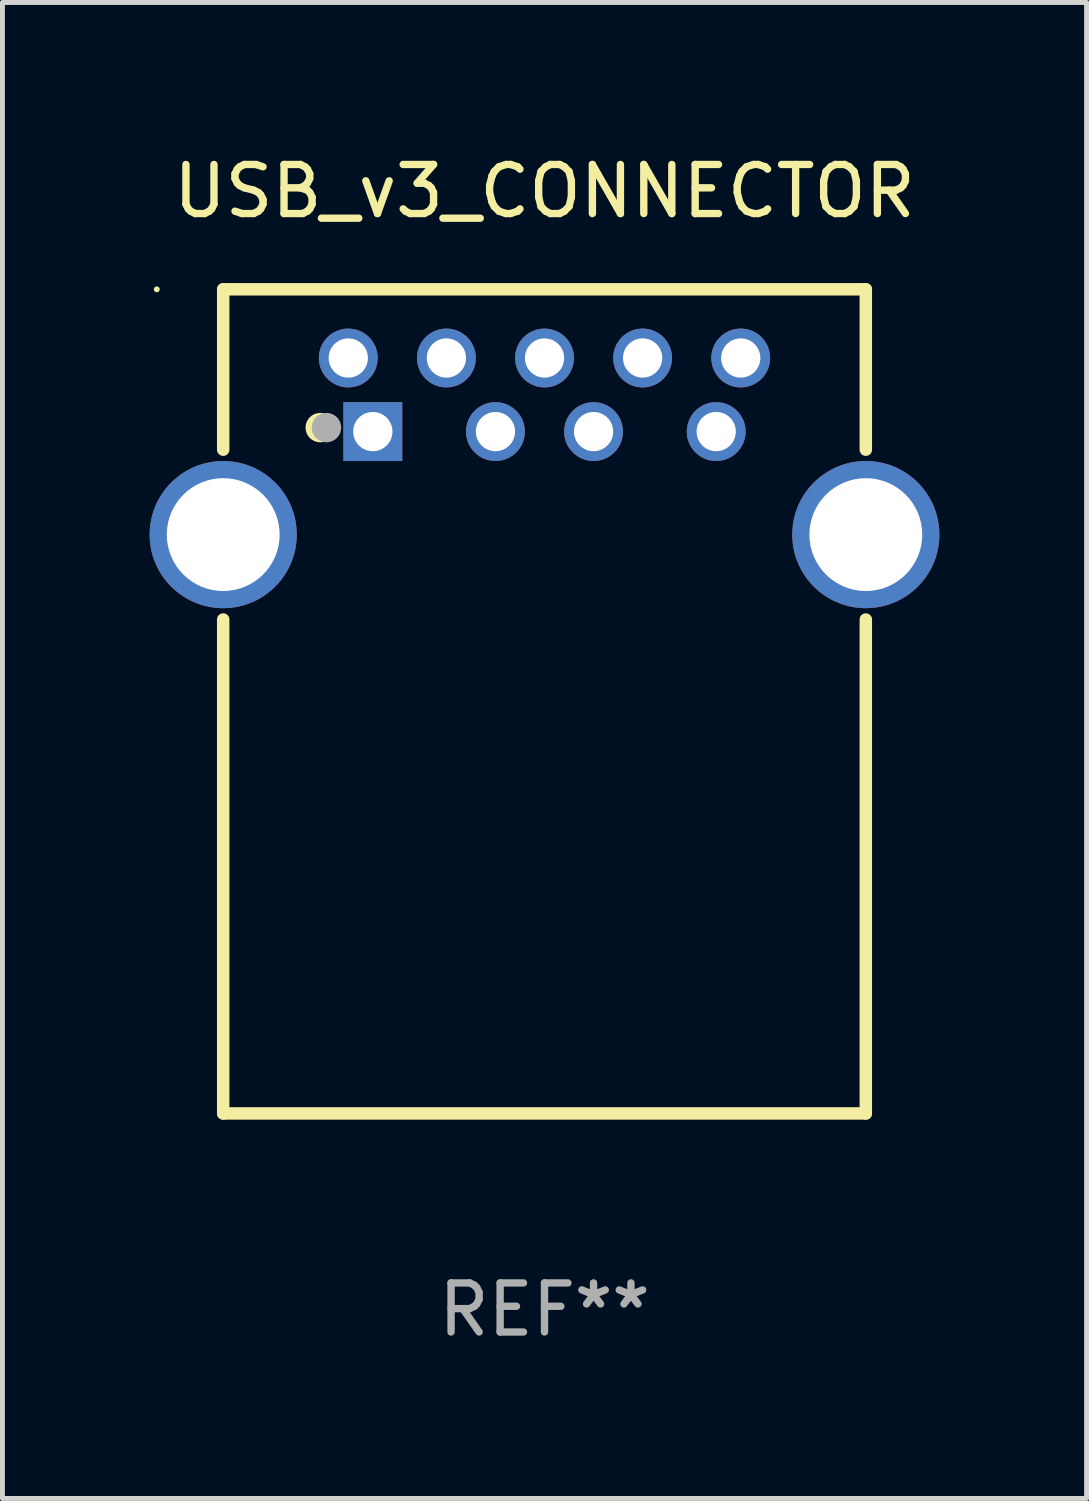
<source format=kicad_pcb>
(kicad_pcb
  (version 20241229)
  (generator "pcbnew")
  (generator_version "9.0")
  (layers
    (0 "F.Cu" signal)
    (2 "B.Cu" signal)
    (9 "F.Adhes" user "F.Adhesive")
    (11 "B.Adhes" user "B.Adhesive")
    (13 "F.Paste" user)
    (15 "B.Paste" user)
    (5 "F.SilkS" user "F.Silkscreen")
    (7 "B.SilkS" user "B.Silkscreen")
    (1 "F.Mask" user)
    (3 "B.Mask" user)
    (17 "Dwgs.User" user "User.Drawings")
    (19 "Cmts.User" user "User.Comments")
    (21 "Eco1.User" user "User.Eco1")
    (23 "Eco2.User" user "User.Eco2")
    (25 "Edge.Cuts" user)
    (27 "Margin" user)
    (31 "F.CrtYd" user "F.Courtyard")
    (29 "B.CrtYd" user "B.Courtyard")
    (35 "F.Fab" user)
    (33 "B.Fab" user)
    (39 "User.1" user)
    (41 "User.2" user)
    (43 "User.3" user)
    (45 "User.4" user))
  (footprint "USB_v3_CONNECTOR"
    (layer "F.Cu")
    (at 8.05 6.048)
    (property "Reference" "USB_v3_CONNECTOR" (at 0 -5.2 0) (layer "F.SilkS") (effects (font (size 1 1) (thickness 0.15))))
    (attr through_hole)
    (fp_line (start -6.55 -3.2) (end -6.55 0.069) (stroke (width 0.254) (type solid)) (layer "F.SilkS"))
    (fp_line (start -6.55 3.531) (end -6.55 13.6) (stroke (width 0.254) (type solid)) (layer "F.SilkS"))
    (fp_line (start 6.55 -3.2) (end -6.55 -3.2) (stroke (width 0.254) (type solid)) (layer "F.SilkS"))
    (fp_line (start 6.55 -3.2) (end 6.55 0.069) (stroke (width 0.254) (type solid)) (layer "F.SilkS"))
    (fp_line (start 6.55 3.531) (end 6.55 13.6) (stroke (width 0.254) (type solid)) (layer "F.SilkS"))
    (fp_line (start 6.55 13.6) (end -6.55 13.6) (stroke (width 0.254) (type solid)) (layer "F.SilkS"))
    (fp_circle (center -7.904 -3.2) (end -7.874 -3.2) (stroke (width 0.06) (type solid)) (fill no) (layer "F.SilkS"))
    (fp_circle (center -4.572 -0.381) (end -4.422 -0.381) (stroke (width 0.3) (type solid)) (fill no) (layer "F.SilkS"))
    (fp_circle (center -4.445 -0.381) (end -4.295 -0.381) (stroke (width 0.3) (type solid)) (fill no) (layer "F.Fab"))
    (fp_text user "REF**" (at 0 17.6 0) (layer "F.Fab") (effects (font (size 1 1) (thickness 0.15))))
    (pad "1" thru_hole rect (at -3.5 -0.3) (size 1.2 1.2) (drill 0.8) (layers "*.Cu" "*.Mask"))
    (pad "2" thru_hole circle (at -1 -0.3) (size 1.2 1.2) (drill 0.8) (layers "*.Cu" "*.Mask"))
    (pad "3" thru_hole circle (at 1 -0.3) (size 1.2 1.2) (drill 0.8) (layers "*.Cu" "*.Mask"))
    (pad "4" thru_hole circle (at 3.5 -0.3) (size 1.2 1.2) (drill 0.8) (layers "*.Cu" "*.Mask"))
    (pad "5" thru_hole circle (at 4 -1.8) (size 1.2 1.2) (drill 0.8) (layers "*.Cu" "*.Mask"))
    (pad "6" thru_hole circle (at 2 -1.8) (size 1.2 1.2) (drill 0.8) (layers "*.Cu" "*.Mask"))
    (pad "7" thru_hole circle (at 0.000127 -1.8) (size 1.2 1.2) (drill 0.8) (layers "*.Cu" "*.Mask"))
    (pad "8" thru_hole circle (at -2 -1.8) (size 1.2 1.2) (drill 0.8) (layers "*.Cu" "*.Mask"))
    (pad "9" thru_hole circle (at -4 -1.8) (size 1.2 1.2) (drill 0.8) (layers "*.Cu" "*.Mask"))
    (pad "10" thru_hole circle (at -6.55 1.8) (size 3 3) (drill 2.3) (layers "*.Cu" "*.Mask"))
    (pad "11" thru_hole circle (at 6.55 1.8) (size 3 3) (drill 2.3) (layers "*.Cu" "*.Mask")))
  (gr_rect
    (start -3 -3)
    (end 19.1 27.497)
    (stroke (width 0.1) (type default))
    (fill no)
    (layer "Edge.Cuts")))
</source>
